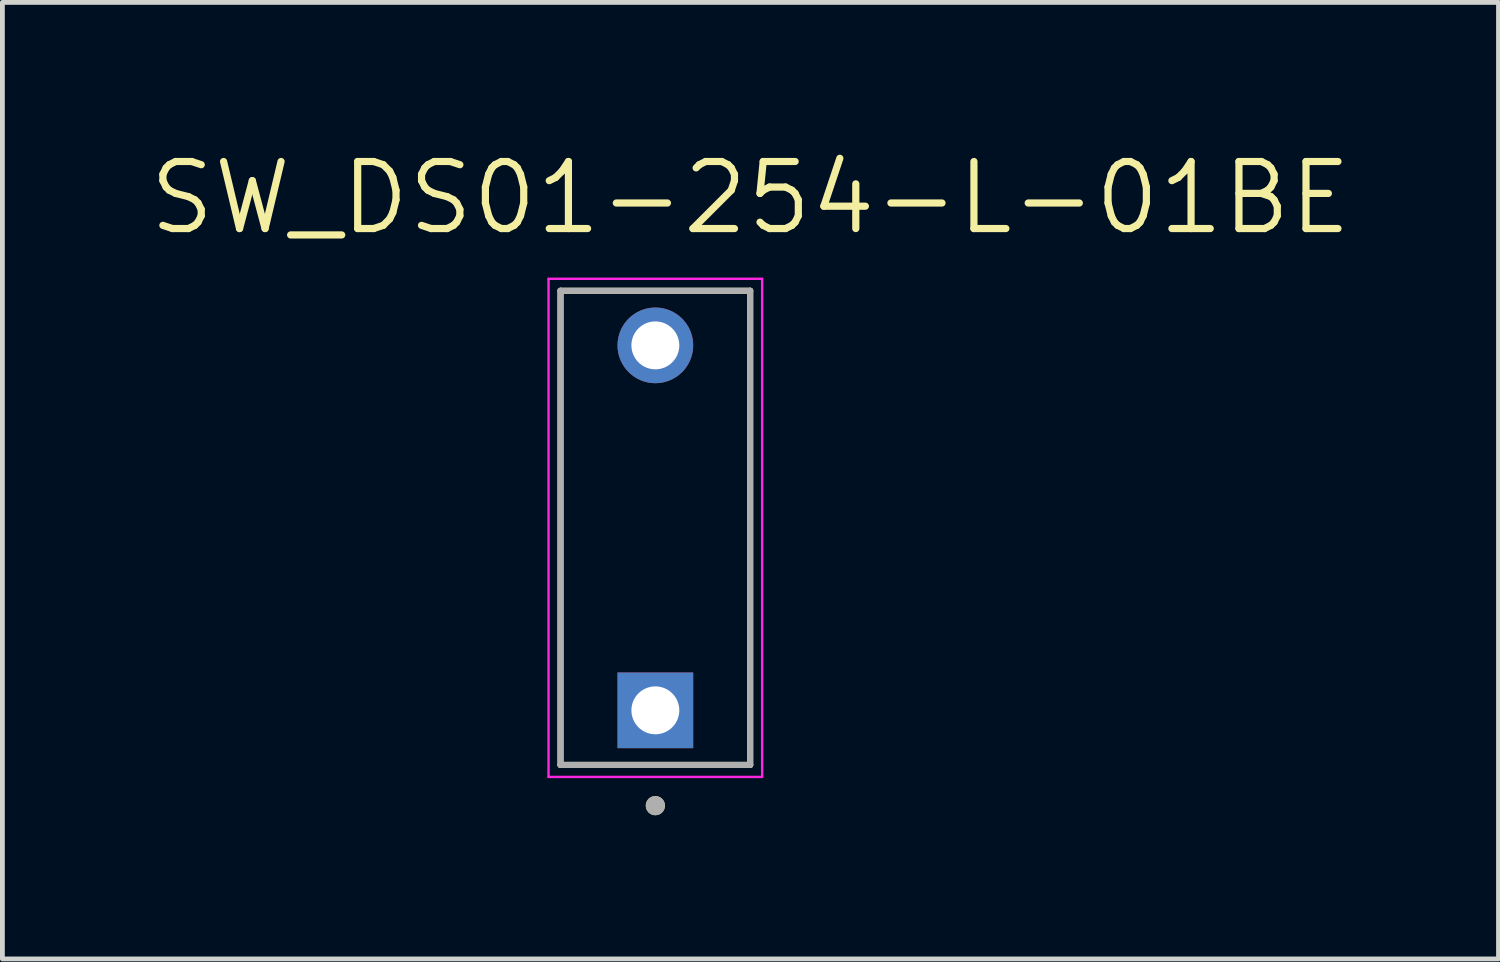
<source format=kicad_pcb>
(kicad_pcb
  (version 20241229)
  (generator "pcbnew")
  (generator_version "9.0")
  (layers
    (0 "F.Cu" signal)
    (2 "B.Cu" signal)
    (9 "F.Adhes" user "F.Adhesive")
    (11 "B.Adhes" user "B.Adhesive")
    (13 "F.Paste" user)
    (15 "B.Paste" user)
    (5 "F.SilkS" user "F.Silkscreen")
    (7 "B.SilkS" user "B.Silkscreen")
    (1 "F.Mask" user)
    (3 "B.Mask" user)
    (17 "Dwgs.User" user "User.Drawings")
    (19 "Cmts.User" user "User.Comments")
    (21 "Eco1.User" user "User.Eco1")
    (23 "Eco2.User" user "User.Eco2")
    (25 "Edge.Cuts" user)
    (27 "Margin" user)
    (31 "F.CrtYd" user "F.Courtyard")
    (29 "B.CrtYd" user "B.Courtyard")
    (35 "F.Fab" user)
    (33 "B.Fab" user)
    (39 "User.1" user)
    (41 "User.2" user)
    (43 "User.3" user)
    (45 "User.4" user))
  (footprint "SW_DS01-254-L-01BE"
    (layer "F.Cu")
    (at 10.633 7.971)
    (property "Reference" "SW_DS01-254-L-01BE" (at 1.985 -6.889 0) (layer "F.SilkS") (effects (font (size 1.4 1.4) (thickness 0.15))))
    (attr through_hole)
    (fp_line (start -1.98 -4.95) (end 1.98 -4.95) (stroke (width 0.127) (type solid)) (layer "F.SilkS"))
    (fp_line (start -1.98 4.95) (end -1.98 -4.95) (stroke (width 0.127) (type solid)) (layer "F.SilkS"))
    (fp_line (start 1.98 -4.95) (end 1.98 4.95) (stroke (width 0.127) (type solid)) (layer "F.SilkS"))
    (fp_line (start 1.98 4.95) (end -1.98 4.95) (stroke (width 0.127) (type solid)) (layer "F.SilkS"))
    (fp_circle (center 0 5.8) (end 0.1 5.8) (stroke (width 0.2) (type solid)) (fill no) (layer "F.SilkS"))
    (fp_line (start -2.23 -5.2) (end -2.23 5.2) (stroke (width 0.05) (type solid)) (layer "F.CrtYd"))
    (fp_line (start -2.23 5.2) (end 2.23 5.2) (stroke (width 0.05) (type solid)) (layer "F.CrtYd"))
    (fp_line (start 2.23 -5.2) (end -2.23 -5.2) (stroke (width 0.05) (type solid)) (layer "F.CrtYd"))
    (fp_line (start 2.23 5.2) (end 2.23 -5.2) (stroke (width 0.05) (type solid)) (layer "F.CrtYd"))
    (fp_line (start -1.98 -4.95) (end 1.98 -4.95) (stroke (width 0.127) (type solid)) (layer "F.Fab"))
    (fp_line (start -1.98 4.95) (end -1.98 -4.95) (stroke (width 0.127) (type solid)) (layer "F.Fab"))
    (fp_line (start 1.98 -4.95) (end 1.98 4.95) (stroke (width 0.127) (type solid)) (layer "F.Fab"))
    (fp_line (start 1.98 4.95) (end -1.98 4.95) (stroke (width 0.127) (type solid)) (layer "F.Fab"))
    (fp_circle (center 0 5.8) (end 0.1 5.8) (stroke (width 0.2) (type solid)) (fill no) (layer "F.Fab"))
    (pad "1A" thru_hole rect (at 0 3.81) (size 1.58 1.58) (drill 1) (layers "*.Cu" "*.Mask"))
    (pad "1B" thru_hole circle (at 0 -3.81) (size 1.58 1.58) (drill 1) (layers "*.Cu" "*.Mask")))
  (gr_rect
    (start -3 -3)
    (end 28.237 16.971)
    (stroke (width 0.1) (type default))
    (fill no)
    (layer "Edge.Cuts")))
</source>
